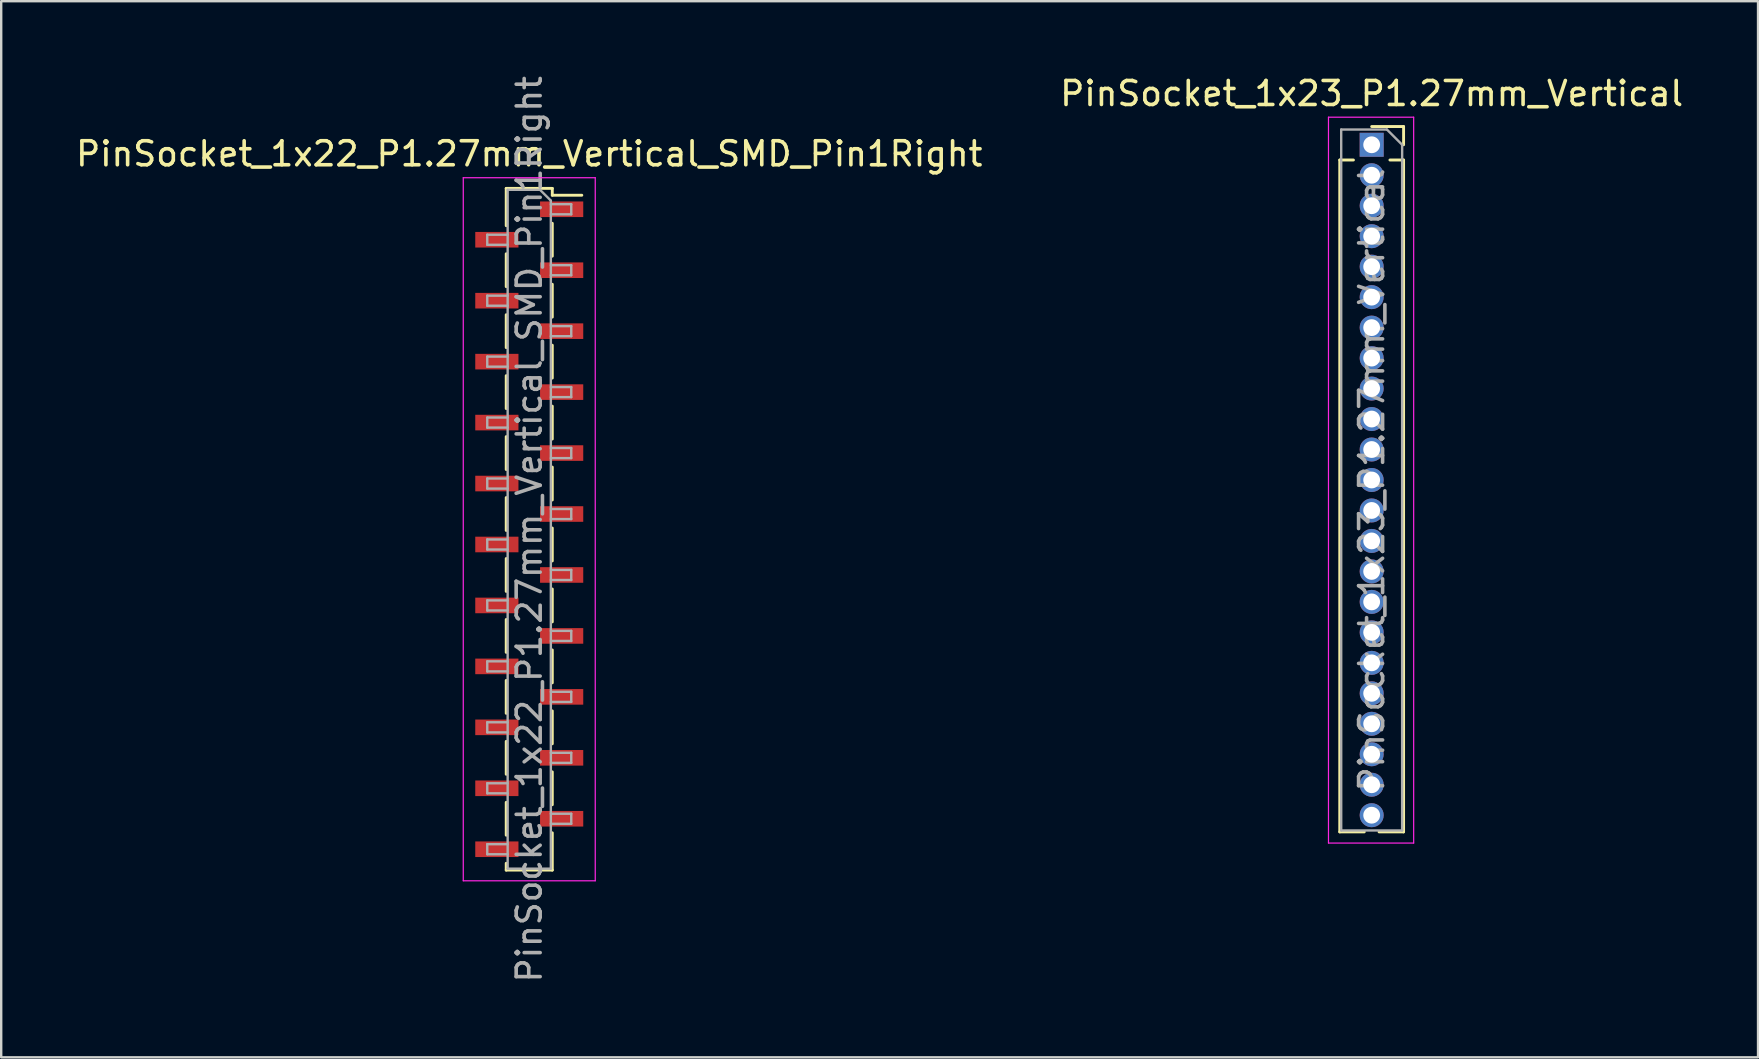
<source format=kicad_pcb>
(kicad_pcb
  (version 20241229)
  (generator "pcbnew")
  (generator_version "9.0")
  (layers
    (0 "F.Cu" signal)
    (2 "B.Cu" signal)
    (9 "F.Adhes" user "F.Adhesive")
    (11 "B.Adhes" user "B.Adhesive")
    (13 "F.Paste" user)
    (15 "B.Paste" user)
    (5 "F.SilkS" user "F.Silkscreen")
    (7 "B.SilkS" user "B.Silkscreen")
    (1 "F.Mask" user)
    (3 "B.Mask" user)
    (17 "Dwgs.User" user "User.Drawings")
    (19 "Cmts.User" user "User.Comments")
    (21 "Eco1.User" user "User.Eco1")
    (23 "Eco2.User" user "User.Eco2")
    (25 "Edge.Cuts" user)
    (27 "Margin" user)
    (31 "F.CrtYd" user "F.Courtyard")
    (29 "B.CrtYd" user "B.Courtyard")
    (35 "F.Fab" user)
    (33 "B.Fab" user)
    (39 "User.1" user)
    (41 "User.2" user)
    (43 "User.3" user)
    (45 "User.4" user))
  (footprint "PinSocket_1x22_P1.27mm_Vertical_SMD_Pin1Right"
    (layer "F.Cu")
    (at 19.006 19.006)
    (property "Reference" "PinSocket_1x22_P1.27mm_Vertical_SMD_Pin1Right" (at 0 -15.645 0) (layer "F.SilkS") (effects (font (size 1 1) (thickness 0.15))))
    (attr smd)
    (fp_line (start -0.96 -14.205) (end -0.96 -12.65) (stroke (width 0.12) (type solid)) (layer "F.SilkS"))
    (fp_line (start -0.96 -14.205) (end 0.96 -14.205) (stroke (width 0.12) (type solid)) (layer "F.SilkS"))
    (fp_line (start -0.96 -11.48) (end -0.96 -10.11) (stroke (width 0.12) (type solid)) (layer "F.SilkS"))
    (fp_line (start -0.96 -8.94) (end -0.96 -7.57) (stroke (width 0.12) (type solid)) (layer "F.SilkS"))
    (fp_line (start -0.96 -6.4) (end -0.96 -5.03) (stroke (width 0.12) (type solid)) (layer "F.SilkS"))
    (fp_line (start -0.96 -3.86) (end -0.96 -2.49) (stroke (width 0.12) (type solid)) (layer "F.SilkS"))
    (fp_line (start -0.96 -1.32) (end -0.96 0.05) (stroke (width 0.12) (type solid)) (layer "F.SilkS"))
    (fp_line (start -0.96 1.22) (end -0.96 2.59) (stroke (width 0.12) (type solid)) (layer "F.SilkS"))
    (fp_line (start -0.96 3.76) (end -0.96 5.13) (stroke (width 0.12) (type solid)) (layer "F.SilkS"))
    (fp_line (start -0.96 6.3) (end -0.96 7.67) (stroke (width 0.12) (type solid)) (layer "F.SilkS"))
    (fp_line (start -0.96 8.84) (end -0.96 10.21) (stroke (width 0.12) (type solid)) (layer "F.SilkS"))
    (fp_line (start -0.96 11.38) (end -0.96 12.75) (stroke (width 0.12) (type solid)) (layer "F.SilkS"))
    (fp_line (start -0.96 13.92) (end -0.96 14.205) (stroke (width 0.12) (type solid)) (layer "F.SilkS"))
    (fp_line (start -0.96 14.205) (end 0.96 14.205) (stroke (width 0.12) (type solid)) (layer "F.SilkS"))
    (fp_line (start 0.96 -14.205) (end 0.96 -13.92) (stroke (width 0.12) (type solid)) (layer "F.SilkS"))
    (fp_line (start 0.96 -13.92) (end 2.19 -13.92) (stroke (width 0.12) (type solid)) (layer "F.SilkS"))
    (fp_line (start 0.96 -12.75) (end 0.96 -11.38) (stroke (width 0.12) (type solid)) (layer "F.SilkS"))
    (fp_line (start 0.96 -10.21) (end 0.96 -8.84) (stroke (width 0.12) (type solid)) (layer "F.SilkS"))
    (fp_line (start 0.96 -7.67) (end 0.96 -6.3) (stroke (width 0.12) (type solid)) (layer "F.SilkS"))
    (fp_line (start 0.96 -5.13) (end 0.96 -3.76) (stroke (width 0.12) (type solid)) (layer "F.SilkS"))
    (fp_line (start 0.96 -2.59) (end 0.96 -1.22) (stroke (width 0.12) (type solid)) (layer "F.SilkS"))
    (fp_line (start 0.96 -0.05) (end 0.96 1.32) (stroke (width 0.12) (type solid)) (layer "F.SilkS"))
    (fp_line (start 0.96 2.49) (end 0.96 3.86) (stroke (width 0.12) (type solid)) (layer "F.SilkS"))
    (fp_line (start 0.96 5.03) (end 0.96 6.4) (stroke (width 0.12) (type solid)) (layer "F.SilkS"))
    (fp_line (start 0.96 7.57) (end 0.96 8.94) (stroke (width 0.12) (type solid)) (layer "F.SilkS"))
    (fp_line (start 0.96 10.11) (end 0.96 11.48) (stroke (width 0.12) (type solid)) (layer "F.SilkS"))
    (fp_line (start 0.96 12.65) (end 0.96 14.205) (stroke (width 0.12) (type solid)) (layer "F.SilkS"))
    (fp_line (start -2.75 -14.65) (end 2.75 -14.65) (stroke (width 0.05) (type solid)) (layer "F.CrtYd"))
    (fp_line (start -2.75 14.65) (end -2.75 -14.65) (stroke (width 0.05) (type solid)) (layer "F.CrtYd"))
    (fp_line (start 2.75 -14.65) (end 2.75 14.65) (stroke (width 0.05) (type solid)) (layer "F.CrtYd"))
    (fp_line (start 2.75 14.65) (end -2.75 14.65) (stroke (width 0.05) (type solid)) (layer "F.CrtYd"))
    (fp_line (start -1.75 -12.275) (end -0.9 -12.275) (stroke (width 0.1) (type solid)) (layer "F.Fab"))
    (fp_line (start -1.75 -11.855) (end -1.75 -12.275) (stroke (width 0.1) (type solid)) (layer "F.Fab"))
    (fp_line (start -1.75 -9.735) (end -0.9 -9.735) (stroke (width 0.1) (type solid)) (layer "F.Fab"))
    (fp_line (start -1.75 -9.315) (end -1.75 -9.735) (stroke (width 0.1) (type solid)) (layer "F.Fab"))
    (fp_line (start -1.75 -7.195) (end -0.9 -7.195) (stroke (width 0.1) (type solid)) (layer "F.Fab"))
    (fp_line (start -1.75 -6.775) (end -1.75 -7.195) (stroke (width 0.1) (type solid)) (layer "F.Fab"))
    (fp_line (start -1.75 -4.655) (end -0.9 -4.655) (stroke (width 0.1) (type solid)) (layer "F.Fab"))
    (fp_line (start -1.75 -4.235) (end -1.75 -4.655) (stroke (width 0.1) (type solid)) (layer "F.Fab"))
    (fp_line (start -1.75 -2.115) (end -0.9 -2.115) (stroke (width 0.1) (type solid)) (layer "F.Fab"))
    (fp_line (start -1.75 -1.695) (end -1.75 -2.115) (stroke (width 0.1) (type solid)) (layer "F.Fab"))
    (fp_line (start -1.75 0.425) (end -0.9 0.425) (stroke (width 0.1) (type solid)) (layer "F.Fab"))
    (fp_line (start -1.75 0.845) (end -1.75 0.425) (stroke (width 0.1) (type solid)) (layer "F.Fab"))
    (fp_line (start -1.75 2.965) (end -0.9 2.965) (stroke (width 0.1) (type solid)) (layer "F.Fab"))
    (fp_line (start -1.75 3.385) (end -1.75 2.965) (stroke (width 0.1) (type solid)) (layer "F.Fab"))
    (fp_line (start -1.75 5.505) (end -0.9 5.505) (stroke (width 0.1) (type solid)) (layer "F.Fab"))
    (fp_line (start -1.75 5.925) (end -1.75 5.505) (stroke (width 0.1) (type solid)) (layer "F.Fab"))
    (fp_line (start -1.75 8.045) (end -0.9 8.045) (stroke (width 0.1) (type solid)) (layer "F.Fab"))
    (fp_line (start -1.75 8.465) (end -1.75 8.045) (stroke (width 0.1) (type solid)) (layer "F.Fab"))
    (fp_line (start -1.75 10.585) (end -0.9 10.585) (stroke (width 0.1) (type solid)) (layer "F.Fab"))
    (fp_line (start -1.75 11.005) (end -1.75 10.585) (stroke (width 0.1) (type solid)) (layer "F.Fab"))
    (fp_line (start -1.75 13.125) (end -0.9 13.125) (stroke (width 0.1) (type solid)) (layer "F.Fab"))
    (fp_line (start -1.75 13.545) (end -1.75 13.125) (stroke (width 0.1) (type solid)) (layer "F.Fab"))
    (fp_line (start -0.9 -14.145) (end 0.45 -14.145) (stroke (width 0.1) (type solid)) (layer "F.Fab"))
    (fp_line (start -0.9 -11.855) (end -1.75 -11.855) (stroke (width 0.1) (type solid)) (layer "F.Fab"))
    (fp_line (start -0.9 -9.315) (end -1.75 -9.315) (stroke (width 0.1) (type solid)) (layer "F.Fab"))
    (fp_line (start -0.9 -6.775) (end -1.75 -6.775) (stroke (width 0.1) (type solid)) (layer "F.Fab"))
    (fp_line (start -0.9 -4.235) (end -1.75 -4.235) (stroke (width 0.1) (type solid)) (layer "F.Fab"))
    (fp_line (start -0.9 -1.695) (end -1.75 -1.695) (stroke (width 0.1) (type solid)) (layer "F.Fab"))
    (fp_line (start -0.9 0.845) (end -1.75 0.845) (stroke (width 0.1) (type solid)) (layer "F.Fab"))
    (fp_line (start -0.9 3.385) (end -1.75 3.385) (stroke (width 0.1) (type solid)) (layer "F.Fab"))
    (fp_line (start -0.9 5.925) (end -1.75 5.925) (stroke (width 0.1) (type solid)) (layer "F.Fab"))
    (fp_line (start -0.9 8.465) (end -1.75 8.465) (stroke (width 0.1) (type solid)) (layer "F.Fab"))
    (fp_line (start -0.9 11.005) (end -1.75 11.005) (stroke (width 0.1) (type solid)) (layer "F.Fab"))
    (fp_line (start -0.9 13.545) (end -1.75 13.545) (stroke (width 0.1) (type solid)) (layer "F.Fab"))
    (fp_line (start -0.9 14.145) (end -0.9 -14.145) (stroke (width 0.1) (type solid)) (layer "F.Fab"))
    (fp_line (start 0.45 -14.145) (end 0.9 -13.695) (stroke (width 0.1) (type solid)) (layer "F.Fab"))
    (fp_line (start 0.9 -13.695) (end 0.9 14.145) (stroke (width 0.1) (type solid)) (layer "F.Fab"))
    (fp_line (start 0.9 -13.545) (end 1.75 -13.545) (stroke (width 0.1) (type solid)) (layer "F.Fab"))
    (fp_line (start 0.9 -11.005) (end 1.75 -11.005) (stroke (width 0.1) (type solid)) (layer "F.Fab"))
    (fp_line (start 0.9 -8.465) (end 1.75 -8.465) (stroke (width 0.1) (type solid)) (layer "F.Fab"))
    (fp_line (start 0.9 -5.925) (end 1.75 -5.925) (stroke (width 0.1) (type solid)) (layer "F.Fab"))
    (fp_line (start 0.9 -3.385) (end 1.75 -3.385) (stroke (width 0.1) (type solid)) (layer "F.Fab"))
    (fp_line (start 0.9 -0.845) (end 1.75 -0.845) (stroke (width 0.1) (type solid)) (layer "F.Fab"))
    (fp_line (start 0.9 1.695) (end 1.75 1.695) (stroke (width 0.1) (type solid)) (layer "F.Fab"))
    (fp_line (start 0.9 4.235) (end 1.75 4.235) (stroke (width 0.1) (type solid)) (layer "F.Fab"))
    (fp_line (start 0.9 6.775) (end 1.75 6.775) (stroke (width 0.1) (type solid)) (layer "F.Fab"))
    (fp_line (start 0.9 9.315) (end 1.75 9.315) (stroke (width 0.1) (type solid)) (layer "F.Fab"))
    (fp_line (start 0.9 11.855) (end 1.75 11.855) (stroke (width 0.1) (type solid)) (layer "F.Fab"))
    (fp_line (start 0.9 14.145) (end -0.9 14.145) (stroke (width 0.1) (type solid)) (layer "F.Fab"))
    (fp_line (start 1.75 -13.545) (end 1.75 -13.125) (stroke (width 0.1) (type solid)) (layer "F.Fab"))
    (fp_line (start 1.75 -13.125) (end 0.9 -13.125) (stroke (width 0.1) (type solid)) (layer "F.Fab"))
    (fp_line (start 1.75 -11.005) (end 1.75 -10.585) (stroke (width 0.1) (type solid)) (layer "F.Fab"))
    (fp_line (start 1.75 -10.585) (end 0.9 -10.585) (stroke (width 0.1) (type solid)) (layer "F.Fab"))
    (fp_line (start 1.75 -8.465) (end 1.75 -8.045) (stroke (width 0.1) (type solid)) (layer "F.Fab"))
    (fp_line (start 1.75 -8.045) (end 0.9 -8.045) (stroke (width 0.1) (type solid)) (layer "F.Fab"))
    (fp_line (start 1.75 -5.925) (end 1.75 -5.505) (stroke (width 0.1) (type solid)) (layer "F.Fab"))
    (fp_line (start 1.75 -5.505) (end 0.9 -5.505) (stroke (width 0.1) (type solid)) (layer "F.Fab"))
    (fp_line (start 1.75 -3.385) (end 1.75 -2.965) (stroke (width 0.1) (type solid)) (layer "F.Fab"))
    (fp_line (start 1.75 -2.965) (end 0.9 -2.965) (stroke (width 0.1) (type solid)) (layer "F.Fab"))
    (fp_line (start 1.75 -0.845) (end 1.75 -0.425) (stroke (width 0.1) (type solid)) (layer "F.Fab"))
    (fp_line (start 1.75 -0.425) (end 0.9 -0.425) (stroke (width 0.1) (type solid)) (layer "F.Fab"))
    (fp_line (start 1.75 1.695) (end 1.75 2.115) (stroke (width 0.1) (type solid)) (layer "F.Fab"))
    (fp_line (start 1.75 2.115) (end 0.9 2.115) (stroke (width 0.1) (type solid)) (layer "F.Fab"))
    (fp_line (start 1.75 4.235) (end 1.75 4.655) (stroke (width 0.1) (type solid)) (layer "F.Fab"))
    (fp_line (start 1.75 4.655) (end 0.9 4.655) (stroke (width 0.1) (type solid)) (layer "F.Fab"))
    (fp_line (start 1.75 6.775) (end 1.75 7.195) (stroke (width 0.1) (type solid)) (layer "F.Fab"))
    (fp_line (start 1.75 7.195) (end 0.9 7.195) (stroke (width 0.1) (type solid)) (layer "F.Fab"))
    (fp_line (start 1.75 9.315) (end 1.75 9.735) (stroke (width 0.1) (type solid)) (layer "F.Fab"))
    (fp_line (start 1.75 9.735) (end 0.9 9.735) (stroke (width 0.1) (type solid)) (layer "F.Fab"))
    (fp_line (start 1.75 11.855) (end 1.75 12.275) (stroke (width 0.1) (type solid)) (layer "F.Fab"))
    (fp_line (start 1.75 12.275) (end 0.9 12.275) (stroke (width 0.1) (type solid)) (layer "F.Fab"))
    (fp_text user "${REFERENCE}" (at 0 0 90) (layer "F.Fab") (effects (font (size 1 1) (thickness 0.15))))
    (pad "1" smd rect (at 1.35 -13.335) (size 1.8 0.65) (layers "F.Cu" "F.Mask" "F.Paste"))
    (pad "2" smd rect (at -1.35 -12.065) (size 1.8 0.65) (layers "F.Cu" "F.Mask" "F.Paste"))
    (pad "3" smd rect (at 1.35 -10.795) (size 1.8 0.65) (layers "F.Cu" "F.Mask" "F.Paste"))
    (pad "4" smd rect (at -1.35 -9.525) (size 1.8 0.65) (layers "F.Cu" "F.Mask" "F.Paste"))
    (pad "5" smd rect (at 1.35 -8.255) (size 1.8 0.65) (layers "F.Cu" "F.Mask" "F.Paste"))
    (pad "6" smd rect (at -1.35 -6.985) (size 1.8 0.65) (layers "F.Cu" "F.Mask" "F.Paste"))
    (pad "7" smd rect (at 1.35 -5.715) (size 1.8 0.65) (layers "F.Cu" "F.Mask" "F.Paste"))
    (pad "8" smd rect (at -1.35 -4.445) (size 1.8 0.65) (layers "F.Cu" "F.Mask" "F.Paste"))
    (pad "9" smd rect (at 1.35 -3.175) (size 1.8 0.65) (layers "F.Cu" "F.Mask" "F.Paste"))
    (pad "10" smd rect (at -1.35 -1.905) (size 1.8 0.65) (layers "F.Cu" "F.Mask" "F.Paste"))
    (pad "11" smd rect (at 1.35 -0.635) (size 1.8 0.65) (layers "F.Cu" "F.Mask" "F.Paste"))
    (pad "12" smd rect (at -1.35 0.635) (size 1.8 0.65) (layers "F.Cu" "F.Mask" "F.Paste"))
    (pad "13" smd rect (at 1.35 1.905) (size 1.8 0.65) (layers "F.Cu" "F.Mask" "F.Paste"))
    (pad "14" smd rect (at -1.35 3.175) (size 1.8 0.65) (layers "F.Cu" "F.Mask" "F.Paste"))
    (pad "15" smd rect (at 1.35 4.445) (size 1.8 0.65) (layers "F.Cu" "F.Mask" "F.Paste"))
    (pad "16" smd rect (at -1.35 5.715) (size 1.8 0.65) (layers "F.Cu" "F.Mask" "F.Paste"))
    (pad "17" smd rect (at 1.35 6.985) (size 1.8 0.65) (layers "F.Cu" "F.Mask" "F.Paste"))
    (pad "18" smd rect (at -1.35 8.255) (size 1.8 0.65) (layers "F.Cu" "F.Mask" "F.Paste"))
    (pad "19" smd rect (at 1.35 9.525) (size 1.8 0.65) (layers "F.Cu" "F.Mask" "F.Paste"))
    (pad "20" smd rect (at -1.35 10.795) (size 1.8 0.65) (layers "F.Cu" "F.Mask" "F.Paste"))
    (pad "21" smd rect (at 1.35 12.065) (size 1.8 0.65) (layers "F.Cu" "F.Mask" "F.Paste"))
    (pad "22" smd rect (at -1.35 13.335) (size 1.8 0.65) (layers "F.Cu" "F.Mask" "F.Paste")))
  (footprint "PinSocket_1x23_P1.27mm_Vertical"
    (layer "F.Cu")
    (at 54.113 2.983)
    (property "Reference" "PinSocket_1x23_P1.27mm_Vertical" (at 0 -2.135 0) (layer "F.SilkS") (effects (font (size 1 1) (thickness 0.15))))
    (attr through_hole)
    (fp_line (start -1.33 0.635) (end -1.33 28.635) (stroke (width 0.12) (type solid)) (layer "F.SilkS"))
    (fp_line (start -1.33 0.635) (end -0.76 0.635) (stroke (width 0.12) (type solid)) (layer "F.SilkS"))
    (fp_line (start -1.33 28.635) (end -0.308 28.635) (stroke (width 0.12) (type solid)) (layer "F.SilkS"))
    (fp_line (start 0 -0.76) (end 1.33 -0.76) (stroke (width 0.12) (type solid)) (layer "F.SilkS"))
    (fp_line (start 0.308 28.635) (end 1.33 28.635) (stroke (width 0.12) (type solid)) (layer "F.SilkS"))
    (fp_line (start 0.76 0.635) (end 1.33 0.635) (stroke (width 0.12) (type solid)) (layer "F.SilkS"))
    (fp_line (start 1.33 -0.76) (end 1.33 0) (stroke (width 0.12) (type solid)) (layer "F.SilkS"))
    (fp_line (start 1.33 0.635) (end 1.33 28.635) (stroke (width 0.12) (type solid)) (layer "F.SilkS"))
    (fp_line (start -1.8 -1.15) (end 1.75 -1.15) (stroke (width 0.05) (type solid)) (layer "F.CrtYd"))
    (fp_line (start -1.8 29.1) (end -1.8 -1.15) (stroke (width 0.05) (type solid)) (layer "F.CrtYd"))
    (fp_line (start 1.75 -1.15) (end 1.75 29.1) (stroke (width 0.05) (type solid)) (layer "F.CrtYd"))
    (fp_line (start 1.75 29.1) (end -1.8 29.1) (stroke (width 0.05) (type solid)) (layer "F.CrtYd"))
    (fp_line (start -1.27 -0.635) (end 0.635 -0.635) (stroke (width 0.1) (type solid)) (layer "F.Fab"))
    (fp_line (start -1.27 28.575) (end -1.27 -0.635) (stroke (width 0.1) (type solid)) (layer "F.Fab"))
    (fp_line (start 0.635 -0.635) (end 1.27 0) (stroke (width 0.1) (type solid)) (layer "F.Fab"))
    (fp_line (start 1.27 0) (end 1.27 28.575) (stroke (width 0.1) (type solid)) (layer "F.Fab"))
    (fp_line (start 1.27 28.575) (end -1.27 28.575) (stroke (width 0.1) (type solid)) (layer "F.Fab"))
    (fp_text user "${REFERENCE}" (at 0 13.97 90) (layer "F.Fab") (effects (font (size 1 1) (thickness 0.15))))
    (pad "1" thru_hole rect (at 0 0) (size 1 1) (drill 0.7) (layers "*.Cu" "*.Mask"))
    (pad "2" thru_hole circle (at 0 1.27) (size 1 1) (drill 0.7) (layers "*.Cu" "*.Mask"))
    (pad "3" thru_hole circle (at 0 2.54) (size 1 1) (drill 0.7) (layers "*.Cu" "*.Mask"))
    (pad "4" thru_hole circle (at 0 3.81) (size 1 1) (drill 0.7) (layers "*.Cu" "*.Mask"))
    (pad "5" thru_hole circle (at 0 5.08) (size 1 1) (drill 0.7) (layers "*.Cu" "*.Mask"))
    (pad "6" thru_hole circle (at 0 6.35) (size 1 1) (drill 0.7) (layers "*.Cu" "*.Mask"))
    (pad "7" thru_hole circle (at 0 7.62) (size 1 1) (drill 0.7) (layers "*.Cu" "*.Mask"))
    (pad "8" thru_hole circle (at 0 8.89) (size 1 1) (drill 0.7) (layers "*.Cu" "*.Mask"))
    (pad "9" thru_hole circle (at 0 10.16) (size 1 1) (drill 0.7) (layers "*.Cu" "*.Mask"))
    (pad "10" thru_hole circle (at 0 11.43) (size 1 1) (drill 0.7) (layers "*.Cu" "*.Mask"))
    (pad "11" thru_hole circle (at 0 12.7) (size 1 1) (drill 0.7) (layers "*.Cu" "*.Mask"))
    (pad "12" thru_hole circle (at 0 13.97) (size 1 1) (drill 0.7) (layers "*.Cu" "*.Mask"))
    (pad "13" thru_hole circle (at 0 15.24) (size 1 1) (drill 0.7) (layers "*.Cu" "*.Mask"))
    (pad "14" thru_hole circle (at 0 16.51) (size 1 1) (drill 0.7) (layers "*.Cu" "*.Mask"))
    (pad "15" thru_hole circle (at 0 17.78) (size 1 1) (drill 0.7) (layers "*.Cu" "*.Mask"))
    (pad "16" thru_hole circle (at 0 19.05) (size 1 1) (drill 0.7) (layers "*.Cu" "*.Mask"))
    (pad "17" thru_hole circle (at 0 20.32) (size 1 1) (drill 0.7) (layers "*.Cu" "*.Mask"))
    (pad "18" thru_hole circle (at 0 21.59) (size 1 1) (drill 0.7) (layers "*.Cu" "*.Mask"))
    (pad "19" thru_hole circle (at 0 22.86) (size 1 1) (drill 0.7) (layers "*.Cu" "*.Mask"))
    (pad "20" thru_hole circle (at 0 24.13) (size 1 1) (drill 0.7) (layers "*.Cu" "*.Mask"))
    (pad "21" thru_hole circle (at 0 25.4) (size 1 1) (drill 0.7) (layers "*.Cu" "*.Mask"))
    (pad "22" thru_hole circle (at 0 26.67) (size 1 1) (drill 0.7) (layers "*.Cu" "*.Mask"))
    (pad "23" thru_hole circle (at 0 27.94) (size 1 1) (drill 0.7) (layers "*.Cu" "*.Mask")))
  (gr_rect
    (start -3 -3)
    (end 70.214 41.012)
    (stroke (width 0.1) (type default))
    (fill no)
    (layer "Edge.Cuts")))
</source>
